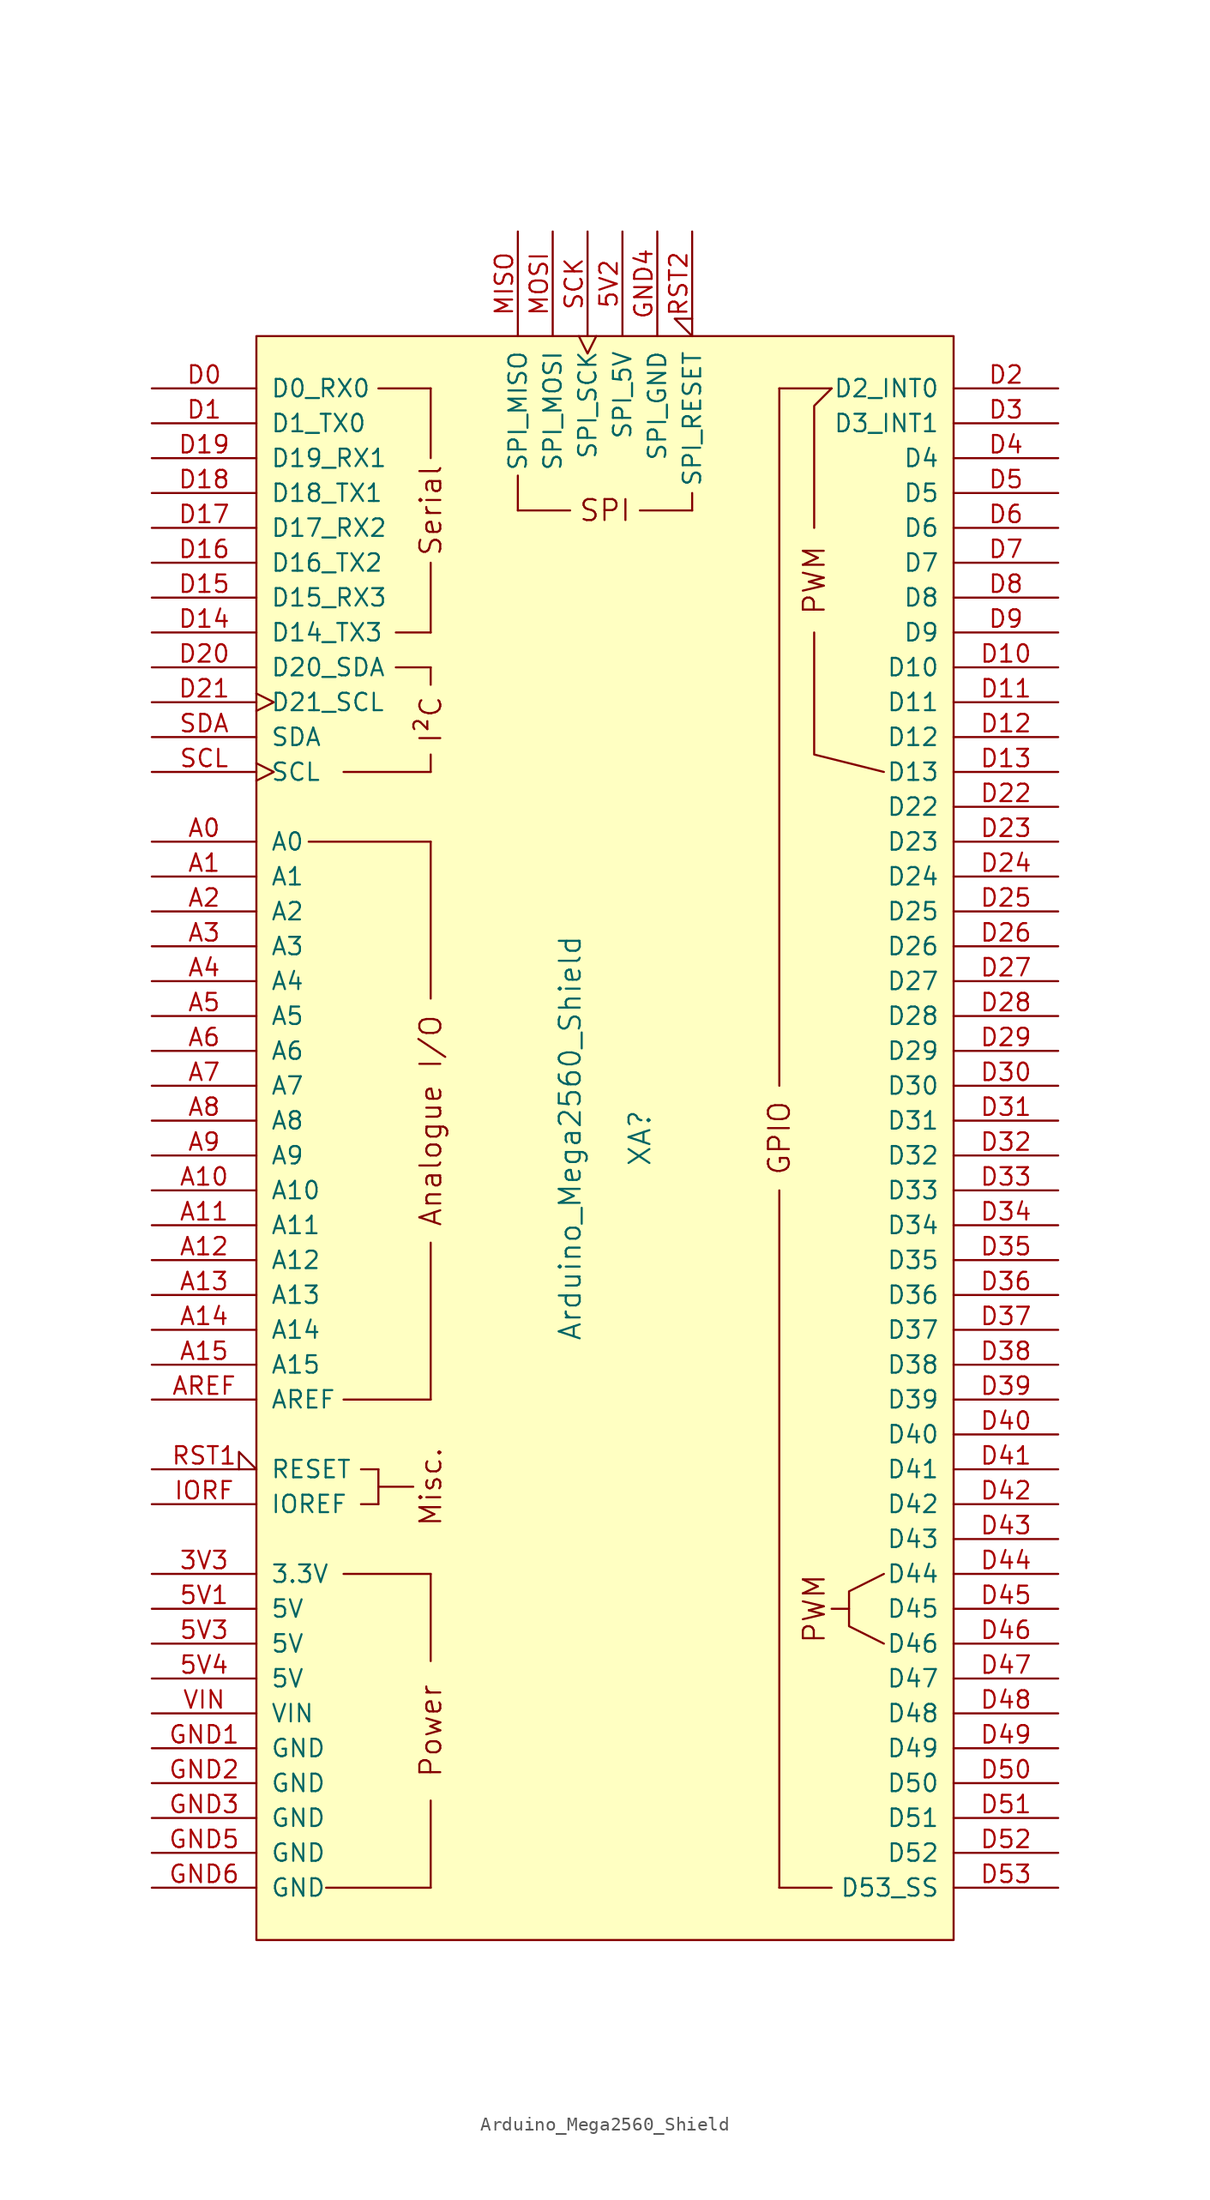
<source format=kicad_sym>
(kicad_symbol_lib
  (version 20211014)
  (generator kicad_symbol_editor)
  (symbol "Arduino_Mega2560_Shield"
    (pin_names
      (offset 1.016))
    (property "Reference" "XA"
      (at 2.54 0 90)
      (effects (font (size 1.524 1.524))))
    (property "Value" "Arduino_Mega2560_Shield"
      (at -2.54 0 90)
      (effects (font (size 1.524 1.524))))
    (symbol "Arduino_Mega2560_Shield_0_0"
      (rectangle (start -25.4 -58.42) (end 25.4 58.42) (stroke (width 0) (type default) (color 0 0 0 0)) (fill (type background)))
      (rectangle (start -20.32 -54.61) (end -12.7 -54.61) (stroke (width 0) (type default) (color 0 0 0 0)) (fill (type none)))
      (rectangle (start -19.05 -31.75) (end -12.7 -31.75) (stroke (width 0) (type default) (color 0 0 0 0)) (fill (type none)))
      (rectangle (start -19.05 -19.05) (end -12.7 -19.05) (stroke (width 0) (type default) (color 0 0 0 0)) (fill (type none)))
      (rectangle (start -19.05 26.67) (end -12.7 26.67) (stroke (width 0) (type default) (color 0 0 0 0)) (fill (type none)))
      (rectangle (start -17.78 -26.67) (end -16.51 -26.67) (stroke (width 0) (type default) (color 0 0 0 0)) (fill (type none)))
      (rectangle (start -17.78 -24.13) (end -16.51 -24.13) (stroke (width 0) (type default) (color 0 0 0 0)) (fill (type none)))
      (rectangle (start -16.51 -25.4) (end -13.97 -25.4) (stroke (width 0) (type default) (color 0 0 0 0)) (fill (type none)))
      (rectangle (start -16.51 -24.13) (end -16.51 -26.67) (stroke (width 0) (type default) (color 0 0 0 0)) (fill (type none)))
      (rectangle (start -16.51 54.61) (end -12.7 54.61) (stroke (width 0) (type default) (color 0 0 0 0)) (fill (type none)))
      (rectangle (start -15.24 34.29) (end -12.7 34.29) (stroke (width 0) (type default) (color 0 0 0 0)) (fill (type none)))
      (rectangle (start -15.24 36.83) (end -12.7 36.83) (stroke (width 0) (type default) (color 0 0 0 0)) (fill (type none)))
      (rectangle (start -12.7 -54.61) (end -12.7 -48.26) (stroke (width 0) (type default) (color 0 0 0 0)) (fill (type none)))
      (rectangle (start -12.7 -31.75) (end -12.7 -38.1) (stroke (width 0) (type default) (color 0 0 0 0)) (fill (type none)))
      (rectangle (start -12.7 26.67) (end -12.7 27.94) (stroke (width 0) (type default) (color 0 0 0 0)) (fill (type none)))
      (rectangle (start -12.7 34.29) (end -12.7 33.02) (stroke (width 0) (type default) (color 0 0 0 0)) (fill (type none)))
      (rectangle (start -12.7 41.91) (end -12.7 36.83) (stroke (width 0) (type default) (color 0 0 0 0)) (fill (type none)))
      (rectangle (start -12.7 49.53) (end -12.7 54.61) (stroke (width 0) (type default) (color 0 0 0 0)) (fill (type none)))
      (rectangle (start -6.35 48.26) (end -6.35 45.72) (stroke (width 0) (type default) (color 0 0 0 0)) (fill (type none)))
      (rectangle (start -2.54 45.72) (end -6.35 45.72) (stroke (width 0) (type default) (color 0 0 0 0)) (fill (type none)))
      (polyline (pts (xy -21.59 21.59) (xy -12.7 21.59)) (stroke (width 0) (type default) (color 0 0 0 0)) (fill (type none)))
      (polyline (pts (xy -12.7 -19.05) (xy -12.7 -7.62)) (stroke (width 0) (type default) (color 0 0 0 0)) (fill (type none)))
      (polyline (pts (xy -12.7 10.16) (xy -12.7 21.59)) (stroke (width 0) (type default) (color 0 0 0 0)) (fill (type none)))
      (polyline (pts (xy 12.7 -54.61) (xy 16.51 -54.61)) (stroke (width 0) (type default) (color 0 0 0 0)) (fill (type none)))
      (polyline (pts (xy 12.7 54.61) (xy 16.51 54.61)) (stroke (width 0) (type default) (color 0 0 0 0)) (fill (type none)))
      (polyline (pts (xy 17.78 -34.29) (xy 16.51 -34.29)) (stroke (width 0) (type default) (color 0 0 0 0)) (fill (type none)))
      (polyline (pts (xy 15.24 36.83) (xy 15.24 27.94) (xy 20.32 26.67)) (stroke (width 0) (type default) (color 0 0 0 0)) (fill (type none)))
      (polyline (pts (xy 15.24 44.45) (xy 15.24 53.34) (xy 16.51 54.61)) (stroke (width 0) (type default) (color 0 0 0 0)) (fill (type none)))
      (polyline (pts (xy 20.32 -31.75) (xy 17.78 -33.02) (xy 17.78 -35.56) (xy 20.32 -36.83)) (stroke (width 0) (type default) (color 0 0 0 0)) (fill (type none)))
      (rectangle (start 6.35 45.72) (end 2.54 45.72) (stroke (width 0) (type default) (color 0 0 0 0)) (fill (type none)))
      (rectangle (start 6.35 46.99) (end 6.35 45.72) (stroke (width 0) (type default) (color 0 0 0 0)) (fill (type none)))
      (text "Analogue I/O" (at -12.7 1.27 900) (effects (font (size 1.524 1.524))))
      (text "I²C" (at -12.7 30.48 900) (effects (font (size 1.524 1.524))))
      (text "Misc." (at -12.7 -25.4 900) (effects (font (size 1.524 1.524))))
      (text "Power" (at -12.7 -43.18 900) (effects (font (size 1.524 1.524))))
      (text "PWM" (at 15.24 -34.29 900) (effects (font (size 1.524 1.524))))
      (text "PWM" (at 15.24 40.64 900) (effects (font (size 1.524 1.524))))
      (text "Serial" (at -12.7 45.72 900) (effects (font (size 1.524 1.524))))
      (text "SPI" (at 0 45.72 0) (effects (font (size 1.524 1.524)))))
    (symbol "Arduino_Mega2560_Shield_1_0"
      (rectangle (start 12.7 -54.61) (end 12.7 -3.81) (stroke (width 0) (type default) (color 0 0 0 0)) (fill (type none)))
      (rectangle (start 12.7 54.61) (end 12.7 3.81) (stroke (width 0) (type default) (color 0 0 0 0)) (fill (type none)))
      (text "GPIO" (at 12.7 0 900) (effects (font (size 1.524 1.524)))))
    (symbol "Arduino_Mega2560_Shield_1_1"
      (pin power_out line (at -33.02 -31.75 0) (length 7.62) (name "3.3V" (effects (font (size 1.27 1.27)))) (number "3V3" (effects (font (size 1.27 1.27)))))
      (pin power_in line (at -33.02 -34.29 0) (length 7.62) (name "5V" (effects (font (size 1.27 1.27)))) (number "5V1" (effects (font (size 1.27 1.27)))))
      (pin power_in line (at 1.27 66.04 270) (length 7.62) (name "SPI_5V" (effects (font (size 1.27 1.27)))) (number "5V2" (effects (font (size 1.27 1.27)))))
      (pin power_in line (at -33.02 -36.83 0) (length 7.62) (name "5V" (effects (font (size 1.27 1.27)))) (number "5V3" (effects (font (size 1.27 1.27)))))
      (pin power_in line (at -33.02 -39.37 0) (length 7.62) (name "5V" (effects (font (size 1.27 1.27)))) (number "5V4" (effects (font (size 1.27 1.27)))))
      (pin bidirectional line (at -33.02 21.59 0) (length 7.62) (name "A0" (effects (font (size 1.27 1.27)))) (number "A0" (effects (font (size 1.27 1.27)))))
      (pin bidirectional line (at -33.02 19.05 0) (length 7.62) (name "A1" (effects (font (size 1.27 1.27)))) (number "A1" (effects (font (size 1.27 1.27)))))
      (pin bidirectional line (at -33.02 -3.81 0) (length 7.62) (name "A10" (effects (font (size 1.27 1.27)))) (number "A10" (effects (font (size 1.27 1.27)))))
      (pin bidirectional line (at -33.02 -6.35 0) (length 7.62) (name "A11" (effects (font (size 1.27 1.27)))) (number "A11" (effects (font (size 1.27 1.27)))))
      (pin bidirectional line (at -33.02 -8.89 0) (length 7.62) (name "A12" (effects (font (size 1.27 1.27)))) (number "A12" (effects (font (size 1.27 1.27)))))
      (pin bidirectional line (at -33.02 -11.43 0) (length 7.62) (name "A13" (effects (font (size 1.27 1.27)))) (number "A13" (effects (font (size 1.27 1.27)))))
      (pin bidirectional line (at -33.02 -13.97 0) (length 7.62) (name "A14" (effects (font (size 1.27 1.27)))) (number "A14" (effects (font (size 1.27 1.27)))))
      (pin bidirectional line (at -33.02 -16.51 0) (length 7.62) (name "A15" (effects (font (size 1.27 1.27)))) (number "A15" (effects (font (size 1.27 1.27)))))
      (pin bidirectional line (at -33.02 16.51 0) (length 7.62) (name "A2" (effects (font (size 1.27 1.27)))) (number "A2" (effects (font (size 1.27 1.27)))))
      (pin bidirectional line (at -33.02 13.97 0) (length 7.62) (name "A3" (effects (font (size 1.27 1.27)))) (number "A3" (effects (font (size 1.27 1.27)))))
      (pin bidirectional line (at -33.02 11.43 0) (length 7.62) (name "A4" (effects (font (size 1.27 1.27)))) (number "A4" (effects (font (size 1.27 1.27)))))
      (pin bidirectional line (at -33.02 8.89 0) (length 7.62) (name "A5" (effects (font (size 1.27 1.27)))) (number "A5" (effects (font (size 1.27 1.27)))))
      (pin bidirectional line (at -33.02 6.35 0) (length 7.62) (name "A6" (effects (font (size 1.27 1.27)))) (number "A6" (effects (font (size 1.27 1.27)))))
      (pin bidirectional line (at -33.02 3.81 0) (length 7.62) (name "A7" (effects (font (size 1.27 1.27)))) (number "A7" (effects (font (size 1.27 1.27)))))
      (pin bidirectional line (at -33.02 1.27 0) (length 7.62) (name "A8" (effects (font (size 1.27 1.27)))) (number "A8" (effects (font (size 1.27 1.27)))))
      (pin bidirectional line (at -33.02 -1.27 0) (length 7.62) (name "A9" (effects (font (size 1.27 1.27)))) (number "A9" (effects (font (size 1.27 1.27)))))
      (pin input line (at -33.02 -19.05 0) (length 7.62) (name "AREF" (effects (font (size 1.27 1.27)))) (number "AREF" (effects (font (size 1.27 1.27)))))
      (pin bidirectional line (at -33.02 54.61 0) (length 7.62) (name "D0_RX0" (effects (font (size 1.27 1.27)))) (number "D0" (effects (font (size 1.27 1.27)))))
      (pin bidirectional line (at -33.02 52.07 0) (length 7.62) (name "D1_TX0" (effects (font (size 1.27 1.27)))) (number "D1" (effects (font (size 1.27 1.27)))))
      (pin bidirectional line (at 33.02 34.29 180) (length 7.62) (name "D10" (effects (font (size 1.27 1.27)))) (number "D10" (effects (font (size 1.27 1.27)))))
      (pin bidirectional line (at 33.02 31.75 180) (length 7.62) (name "D11" (effects (font (size 1.27 1.27)))) (number "D11" (effects (font (size 1.27 1.27)))))
      (pin bidirectional line (at 33.02 29.21 180) (length 7.62) (name "D12" (effects (font (size 1.27 1.27)))) (number "D12" (effects (font (size 1.27 1.27)))))
      (pin bidirectional line (at 33.02 26.67 180) (length 7.62) (name "D13" (effects (font (size 1.27 1.27)))) (number "D13" (effects (font (size 1.27 1.27)))))
      (pin bidirectional line (at -33.02 36.83 0) (length 7.62) (name "D14_TX3" (effects (font (size 1.27 1.27)))) (number "D14" (effects (font (size 1.27 1.27)))))
      (pin bidirectional line (at -33.02 39.37 0) (length 7.62) (name "D15_RX3" (effects (font (size 1.27 1.27)))) (number "D15" (effects (font (size 1.27 1.27)))))
      (pin bidirectional line (at -33.02 41.91 0) (length 7.62) (name "D16_TX2" (effects (font (size 1.27 1.27)))) (number "D16" (effects (font (size 1.27 1.27)))))
      (pin bidirectional line (at -33.02 44.45 0) (length 7.62) (name "D17_RX2" (effects (font (size 1.27 1.27)))) (number "D17" (effects (font (size 1.27 1.27)))))
      (pin bidirectional line (at -33.02 46.99 0) (length 7.62) (name "D18_TX1" (effects (font (size 1.27 1.27)))) (number "D18" (effects (font (size 1.27 1.27)))))
      (pin bidirectional line (at -33.02 49.53 0) (length 7.62) (name "D19_RX1" (effects (font (size 1.27 1.27)))) (number "D19" (effects (font (size 1.27 1.27)))))
      (pin bidirectional line (at 33.02 54.61 180) (length 7.62) (name "D2_INT0" (effects (font (size 1.27 1.27)))) (number "D2" (effects (font (size 1.27 1.27)))))
      (pin bidirectional line (at -33.02 34.29 0) (length 7.62) (name "D20_SDA" (effects (font (size 1.27 1.27)))) (number "D20" (effects (font (size 1.27 1.27)))))
      (pin bidirectional clock (at -33.02 31.75 0) (length 7.62) (name "D21_SCL" (effects (font (size 1.27 1.27)))) (number "D21" (effects (font (size 1.27 1.27)))))
      (pin bidirectional line (at 33.02 24.13 180) (length 7.62) (name "D22" (effects (font (size 1.27 1.27)))) (number "D22" (effects (font (size 1.27 1.27)))))
      (pin bidirectional line (at 33.02 21.59 180) (length 7.62) (name "D23" (effects (font (size 1.27 1.27)))) (number "D23" (effects (font (size 1.27 1.27)))))
      (pin bidirectional line (at 33.02 19.05 180) (length 7.62) (name "D24" (effects (font (size 1.27 1.27)))) (number "D24" (effects (font (size 1.27 1.27)))))
      (pin bidirectional line (at 33.02 16.51 180) (length 7.62) (name "D25" (effects (font (size 1.27 1.27)))) (number "D25" (effects (font (size 1.27 1.27)))))
      (pin bidirectional line (at 33.02 13.97 180) (length 7.62) (name "D26" (effects (font (size 1.27 1.27)))) (number "D26" (effects (font (size 1.27 1.27)))))
      (pin bidirectional line (at 33.02 11.43 180) (length 7.62) (name "D27" (effects (font (size 1.27 1.27)))) (number "D27" (effects (font (size 1.27 1.27)))))
      (pin bidirectional line (at 33.02 8.89 180) (length 7.62) (name "D28" (effects (font (size 1.27 1.27)))) (number "D28" (effects (font (size 1.27 1.27)))))
      (pin bidirectional line (at 33.02 6.35 180) (length 7.62) (name "D29" (effects (font (size 1.27 1.27)))) (number "D29" (effects (font (size 1.27 1.27)))))
      (pin bidirectional line (at 33.02 52.07 180) (length 7.62) (name "D3_INT1" (effects (font (size 1.27 1.27)))) (number "D3" (effects (font (size 1.27 1.27)))))
      (pin bidirectional line (at 33.02 3.81 180) (length 7.62) (name "D30" (effects (font (size 1.27 1.27)))) (number "D30" (effects (font (size 1.27 1.27)))))
      (pin bidirectional line (at 33.02 1.27 180) (length 7.62) (name "D31" (effects (font (size 1.27 1.27)))) (number "D31" (effects (font (size 1.27 1.27)))))
      (pin bidirectional line (at 33.02 -1.27 180) (length 7.62) (name "D32" (effects (font (size 1.27 1.27)))) (number "D32" (effects (font (size 1.27 1.27)))))
      (pin bidirectional line (at 33.02 -3.81 180) (length 7.62) (name "D33" (effects (font (size 1.27 1.27)))) (number "D33" (effects (font (size 1.27 1.27)))))
      (pin bidirectional line (at 33.02 -6.35 180) (length 7.62) (name "D34" (effects (font (size 1.27 1.27)))) (number "D34" (effects (font (size 1.27 1.27)))))
      (pin bidirectional line (at 33.02 -8.89 180) (length 7.62) (name "D35" (effects (font (size 1.27 1.27)))) (number "D35" (effects (font (size 1.27 1.27)))))
      (pin bidirectional line (at 33.02 -11.43 180) (length 7.62) (name "D36" (effects (font (size 1.27 1.27)))) (number "D36" (effects (font (size 1.27 1.27)))))
      (pin bidirectional line (at 33.02 -13.97 180) (length 7.62) (name "D37" (effects (font (size 1.27 1.27)))) (number "D37" (effects (font (size 1.27 1.27)))))
      (pin bidirectional line (at 33.02 -16.51 180) (length 7.62) (name "D38" (effects (font (size 1.27 1.27)))) (number "D38" (effects (font (size 1.27 1.27)))))
      (pin bidirectional line (at 33.02 -19.05 180) (length 7.62) (name "D39" (effects (font (size 1.27 1.27)))) (number "D39" (effects (font (size 1.27 1.27)))))
      (pin bidirectional line (at 33.02 49.53 180) (length 7.62) (name "D4" (effects (font (size 1.27 1.27)))) (number "D4" (effects (font (size 1.27 1.27)))))
      (pin bidirectional line (at 33.02 -21.59 180) (length 7.62) (name "D40" (effects (font (size 1.27 1.27)))) (number "D40" (effects (font (size 1.27 1.27)))))
      (pin bidirectional line (at 33.02 -24.13 180) (length 7.62) (name "D41" (effects (font (size 1.27 1.27)))) (number "D41" (effects (font (size 1.27 1.27)))))
      (pin bidirectional line (at 33.02 -26.67 180) (length 7.62) (name "D42" (effects (font (size 1.27 1.27)))) (number "D42" (effects (font (size 1.27 1.27)))))
      (pin bidirectional line (at 33.02 -29.21 180) (length 7.62) (name "D43" (effects (font (size 1.27 1.27)))) (number "D43" (effects (font (size 1.27 1.27)))))
      (pin bidirectional line (at 33.02 -31.75 180) (length 7.62) (name "D44" (effects (font (size 1.27 1.27)))) (number "D44" (effects (font (size 1.27 1.27)))))
      (pin bidirectional line (at 33.02 -34.29 180) (length 7.62) (name "D45" (effects (font (size 1.27 1.27)))) (number "D45" (effects (font (size 1.27 1.27)))))
      (pin bidirectional line (at 33.02 -36.83 180) (length 7.62) (name "D46" (effects (font (size 1.27 1.27)))) (number "D46" (effects (font (size 1.27 1.27)))))
      (pin bidirectional line (at 33.02 -39.37 180) (length 7.62) (name "D47" (effects (font (size 1.27 1.27)))) (number "D47" (effects (font (size 1.27 1.27)))))
      (pin bidirectional line (at 33.02 -41.91 180) (length 7.62) (name "D48" (effects (font (size 1.27 1.27)))) (number "D48" (effects (font (size 1.27 1.27)))))
      (pin bidirectional line (at 33.02 -44.45 180) (length 7.62) (name "D49" (effects (font (size 1.27 1.27)))) (number "D49" (effects (font (size 1.27 1.27)))))
      (pin bidirectional line (at 33.02 46.99 180) (length 7.62) (name "D5" (effects (font (size 1.27 1.27)))) (number "D5" (effects (font (size 1.27 1.27)))))
      (pin bidirectional line (at 33.02 -46.99 180) (length 7.62) (name "D50" (effects (font (size 1.27 1.27)))) (number "D50" (effects (font (size 1.27 1.27)))))
      (pin bidirectional line (at 33.02 -49.53 180) (length 7.62) (name "D51" (effects (font (size 1.27 1.27)))) (number "D51" (effects (font (size 1.27 1.27)))))
      (pin bidirectional line (at 33.02 -52.07 180) (length 7.62) (name "D52" (effects (font (size 1.27 1.27)))) (number "D52" (effects (font (size 1.27 1.27)))))
      (pin bidirectional line (at 33.02 -54.61 180) (length 7.62) (name "D53_SS" (effects (font (size 1.27 1.27)))) (number "D53" (effects (font (size 1.27 1.27)))))
      (pin bidirectional line (at 33.02 44.45 180) (length 7.62) (name "D6" (effects (font (size 1.27 1.27)))) (number "D6" (effects (font (size 1.27 1.27)))))
      (pin bidirectional line (at 33.02 41.91 180) (length 7.62) (name "D7" (effects (font (size 1.27 1.27)))) (number "D7" (effects (font (size 1.27 1.27)))))
      (pin bidirectional line (at 33.02 39.37 180) (length 7.62) (name "D8" (effects (font (size 1.27 1.27)))) (number "D8" (effects (font (size 1.27 1.27)))))
      (pin bidirectional line (at 33.02 36.83 180) (length 7.62) (name "D9" (effects (font (size 1.27 1.27)))) (number "D9" (effects (font (size 1.27 1.27)))))
      (pin power_in line (at -33.02 -44.45 0) (length 7.62) (name "GND" (effects (font (size 1.27 1.27)))) (number "GND1" (effects (font (size 1.27 1.27)))))
      (pin power_in line (at -33.02 -46.99 0) (length 7.62) (name "GND" (effects (font (size 1.27 1.27)))) (number "GND2" (effects (font (size 1.27 1.27)))))
      (pin power_in line (at -33.02 -49.53 0) (length 7.62) (name "GND" (effects (font (size 1.27 1.27)))) (number "GND3" (effects (font (size 1.27 1.27)))))
      (pin power_in line (at 3.81 66.04 270) (length 7.62) (name "SPI_GND" (effects (font (size 1.27 1.27)))) (number "GND4" (effects (font (size 1.27 1.27)))))
      (pin power_in line (at -33.02 -52.07 0) (length 7.62) (name "GND" (effects (font (size 1.27 1.27)))) (number "GND5" (effects (font (size 1.27 1.27)))))
      (pin power_in line (at -33.02 -54.61 0) (length 7.62) (name "GND" (effects (font (size 1.27 1.27)))) (number "GND6" (effects (font (size 1.27 1.27)))))
      (pin output line (at -33.02 -26.67 0) (length 7.62) (name "IOREF" (effects (font (size 1.27 1.27)))) (number "IORF" (effects (font (size 1.27 1.27)))))
      (pin input line (at -6.35 66.04 270) (length 7.62) (name "SPI_MISO" (effects (font (size 1.27 1.27)))) (number "MISO" (effects (font (size 1.27 1.27)))))
      (pin output line (at -3.81 66.04 270) (length 7.62) (name "SPI_MOSI" (effects (font (size 1.27 1.27)))) (number "MOSI" (effects (font (size 1.27 1.27)))))
      (pin open_collector input_low (at -33.02 -24.13 0) (length 7.62) (name "RESET" (effects (font (size 1.27 1.27)))) (number "RST1" (effects (font (size 1.27 1.27)))))
      (pin open_collector input_low (at 6.35 66.04 270) (length 7.62) (name "SPI_RESET" (effects (font (size 1.27 1.27)))) (number "RST2" (effects (font (size 1.27 1.27)))))
      (pin output clock (at -1.27 66.04 270) (length 7.62) (name "SPI_SCK" (effects (font (size 1.27 1.27)))) (number "SCK" (effects (font (size 1.27 1.27)))))
      (pin bidirectional clock (at -33.02 26.67 0) (length 7.62) (name "SCL" (effects (font (size 1.27 1.27)))) (number "SCL" (effects (font (size 1.27 1.27)))))
      (pin bidirectional line (at -33.02 29.21 0) (length 7.62) (name "SDA" (effects (font (size 1.27 1.27)))) (number "SDA" (effects (font (size 1.27 1.27)))))
      (pin power_in line (at -33.02 -41.91 0) (length 7.62) (name "VIN" (effects (font (size 1.27 1.27)))) (number "VIN" (effects (font (size 1.27 1.27))))))))
</source>
